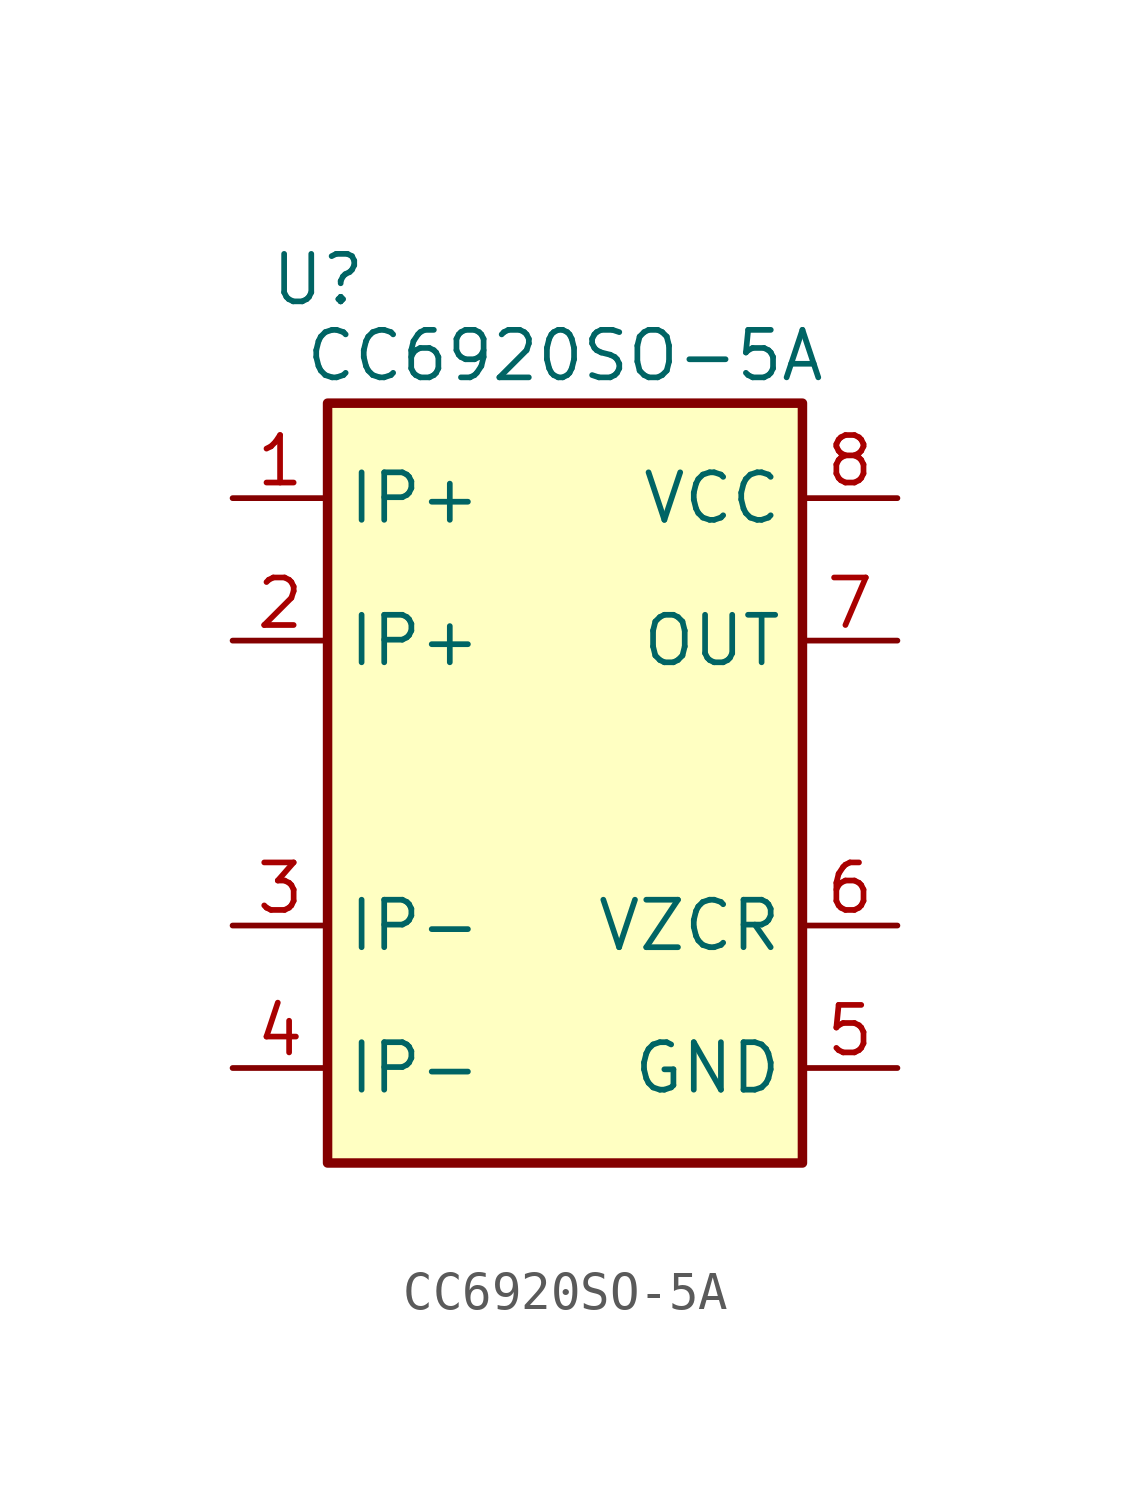
<source format=kicad_sym>
(kicad_symbol_lib
  (version 20241209)
  (generator "kicad_symbol_editor")
  (generator_version "9.0")
  (symbol "CC6920SO-5A"
    (property "Reference" "U"
      (at -6.35 12.7 0)
      (effects (font (size 1.27 1.27))))
    (property "Value" "CC6920SO-5A"
      (at 0.254 10.668 0)
      (effects (font (size 1.27 1.27))))
    (symbol "CC6920SO-5A_0_1"
      (rectangle (start -6.096 9.398) (end 6.604 -10.922) (stroke (width 0.254) (type default)) (fill (type background))))
    (symbol "CC6920SO-5A_1_1"
      (pin input line (at -8.636 6.858 0) (length 2.54) (name "IP+" (effects (font (size 1.27 1.27)))) (number "1" (effects (font (size 1.27 1.27)))))
      (pin input line (at -8.636 3.048 0) (length 2.54) (name "IP+" (effects (font (size 1.27 1.27)))) (number "2" (effects (font (size 1.27 1.27)))))
      (pin input line (at -8.636 -4.572 0) (length 2.54) (name "IP-" (effects (font (size 1.27 1.27)))) (number "3" (effects (font (size 1.27 1.27)))))
      (pin input line (at -8.636 -8.382 0) (length 2.54) (name "IP-" (effects (font (size 1.27 1.27)))) (number "4" (effects (font (size 1.27 1.27)))))
      (pin power_in line (at 9.144 6.858 180) (length 2.54) (name "VCC" (effects (font (size 1.27 1.27)))) (number "8" (effects (font (size 1.27 1.27)))))
      (pin output line (at 9.144 3.048 180) (length 2.54) (name "OUT" (effects (font (size 1.27 1.27)))) (number "7" (effects (font (size 1.27 1.27)))))
      (pin power_out line (at 9.144 -4.572 180) (length 2.54) (name "VZCR" (effects (font (size 1.27 1.27)))) (number "6" (effects (font (size 1.27 1.27)))))
      (pin power_in line (at 9.144 -8.382 180) (length 2.54) (name "GND" (effects (font (size 1.27 1.27)))) (number "5" (effects (font (size 1.27 1.27))))))))
</source>
